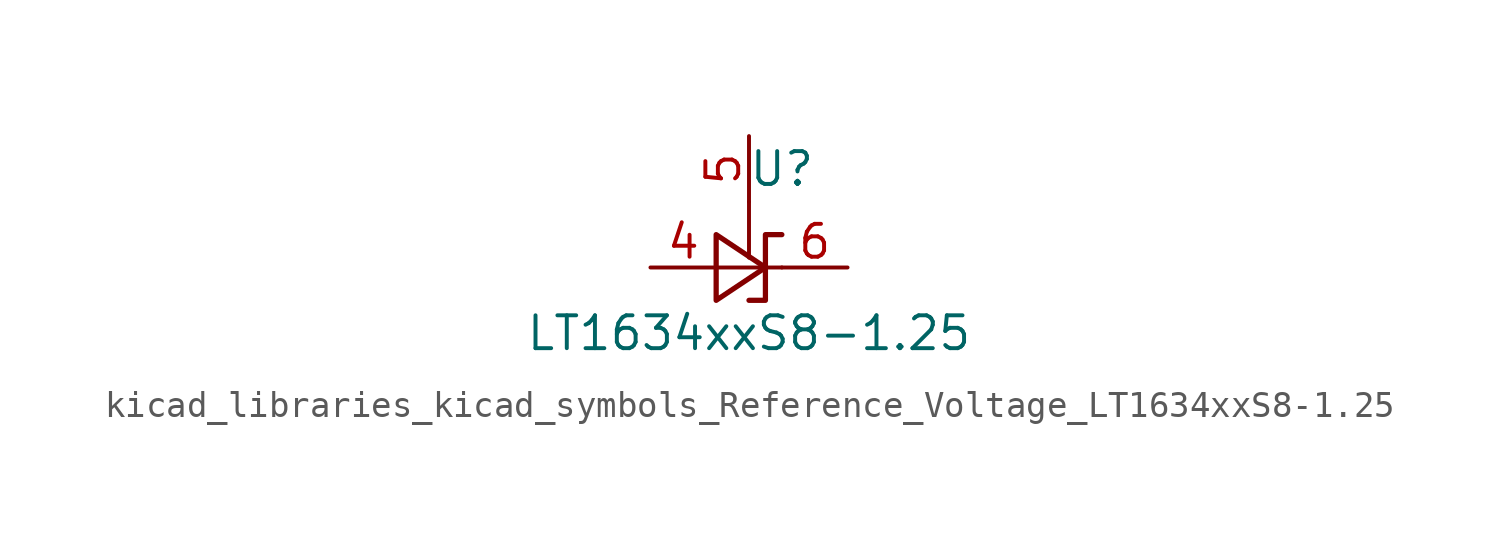
<source format=kicad_sym>
(kicad_symbol_lib
  (version 20220914)
  (generator kicad_symbol_editor)
  (symbol "kicad_libraries_kicad_symbols_Reference_Voltage_LT1634xxS8-1.25"
    (pin_names hide)
    (property "Reference" "U"
      (at 1.27 3.81 0)
      (effects (font (size 1.27 1.27))))
    (property "Value" "LT1634xxS8-1.25"
      (at 0 -2.54 0)
      (effects (font (size 1.27 1.27))))
    (symbol "kicad_libraries_kicad_symbols_Reference_Voltage_LT1634xxS8-1.25_1_1"
      (polyline (pts (xy 0 2.54) (xy 0 0.381)) (stroke (width 0) (type default)) (fill (type none)))
      (polyline (pts (xy -1.27 0) (xy 0 0) (xy 1.27 0)) (stroke (width 0) (type default)) (fill (type none)))
      (polyline (pts (xy -1.27 -1.27) (xy 0.635 0) (xy -1.27 1.27) (xy -1.27 -1.27)) (stroke (width 0.203) (type default)) (fill (type none)))
      (polyline (pts (xy 0 -1.27) (xy 0.635 -1.27) (xy 0.635 1.27) (xy 1.27 1.27)) (stroke (width 0.203) (type default)) (fill (type none)))
      (pin passive line (at -3.81 0 0) (length 2.54) (name "A" (effects (font (size 1.27 1.27)))) (number "4" (effects (font (size 1.27 1.27)))))
      (pin input line (at 0 5.08 270) (length 2.54) (name "Test" (effects (font (size 1.27 1.27)))) (number "5" (effects (font (size 1.27 1.27)))))
      (pin passive line (at 3.81 0 180) (length 2.54) (name "K" (effects (font (size 1.27 1.27)))) (number "6" (effects (font (size 1.27 1.27))))))))
</source>
